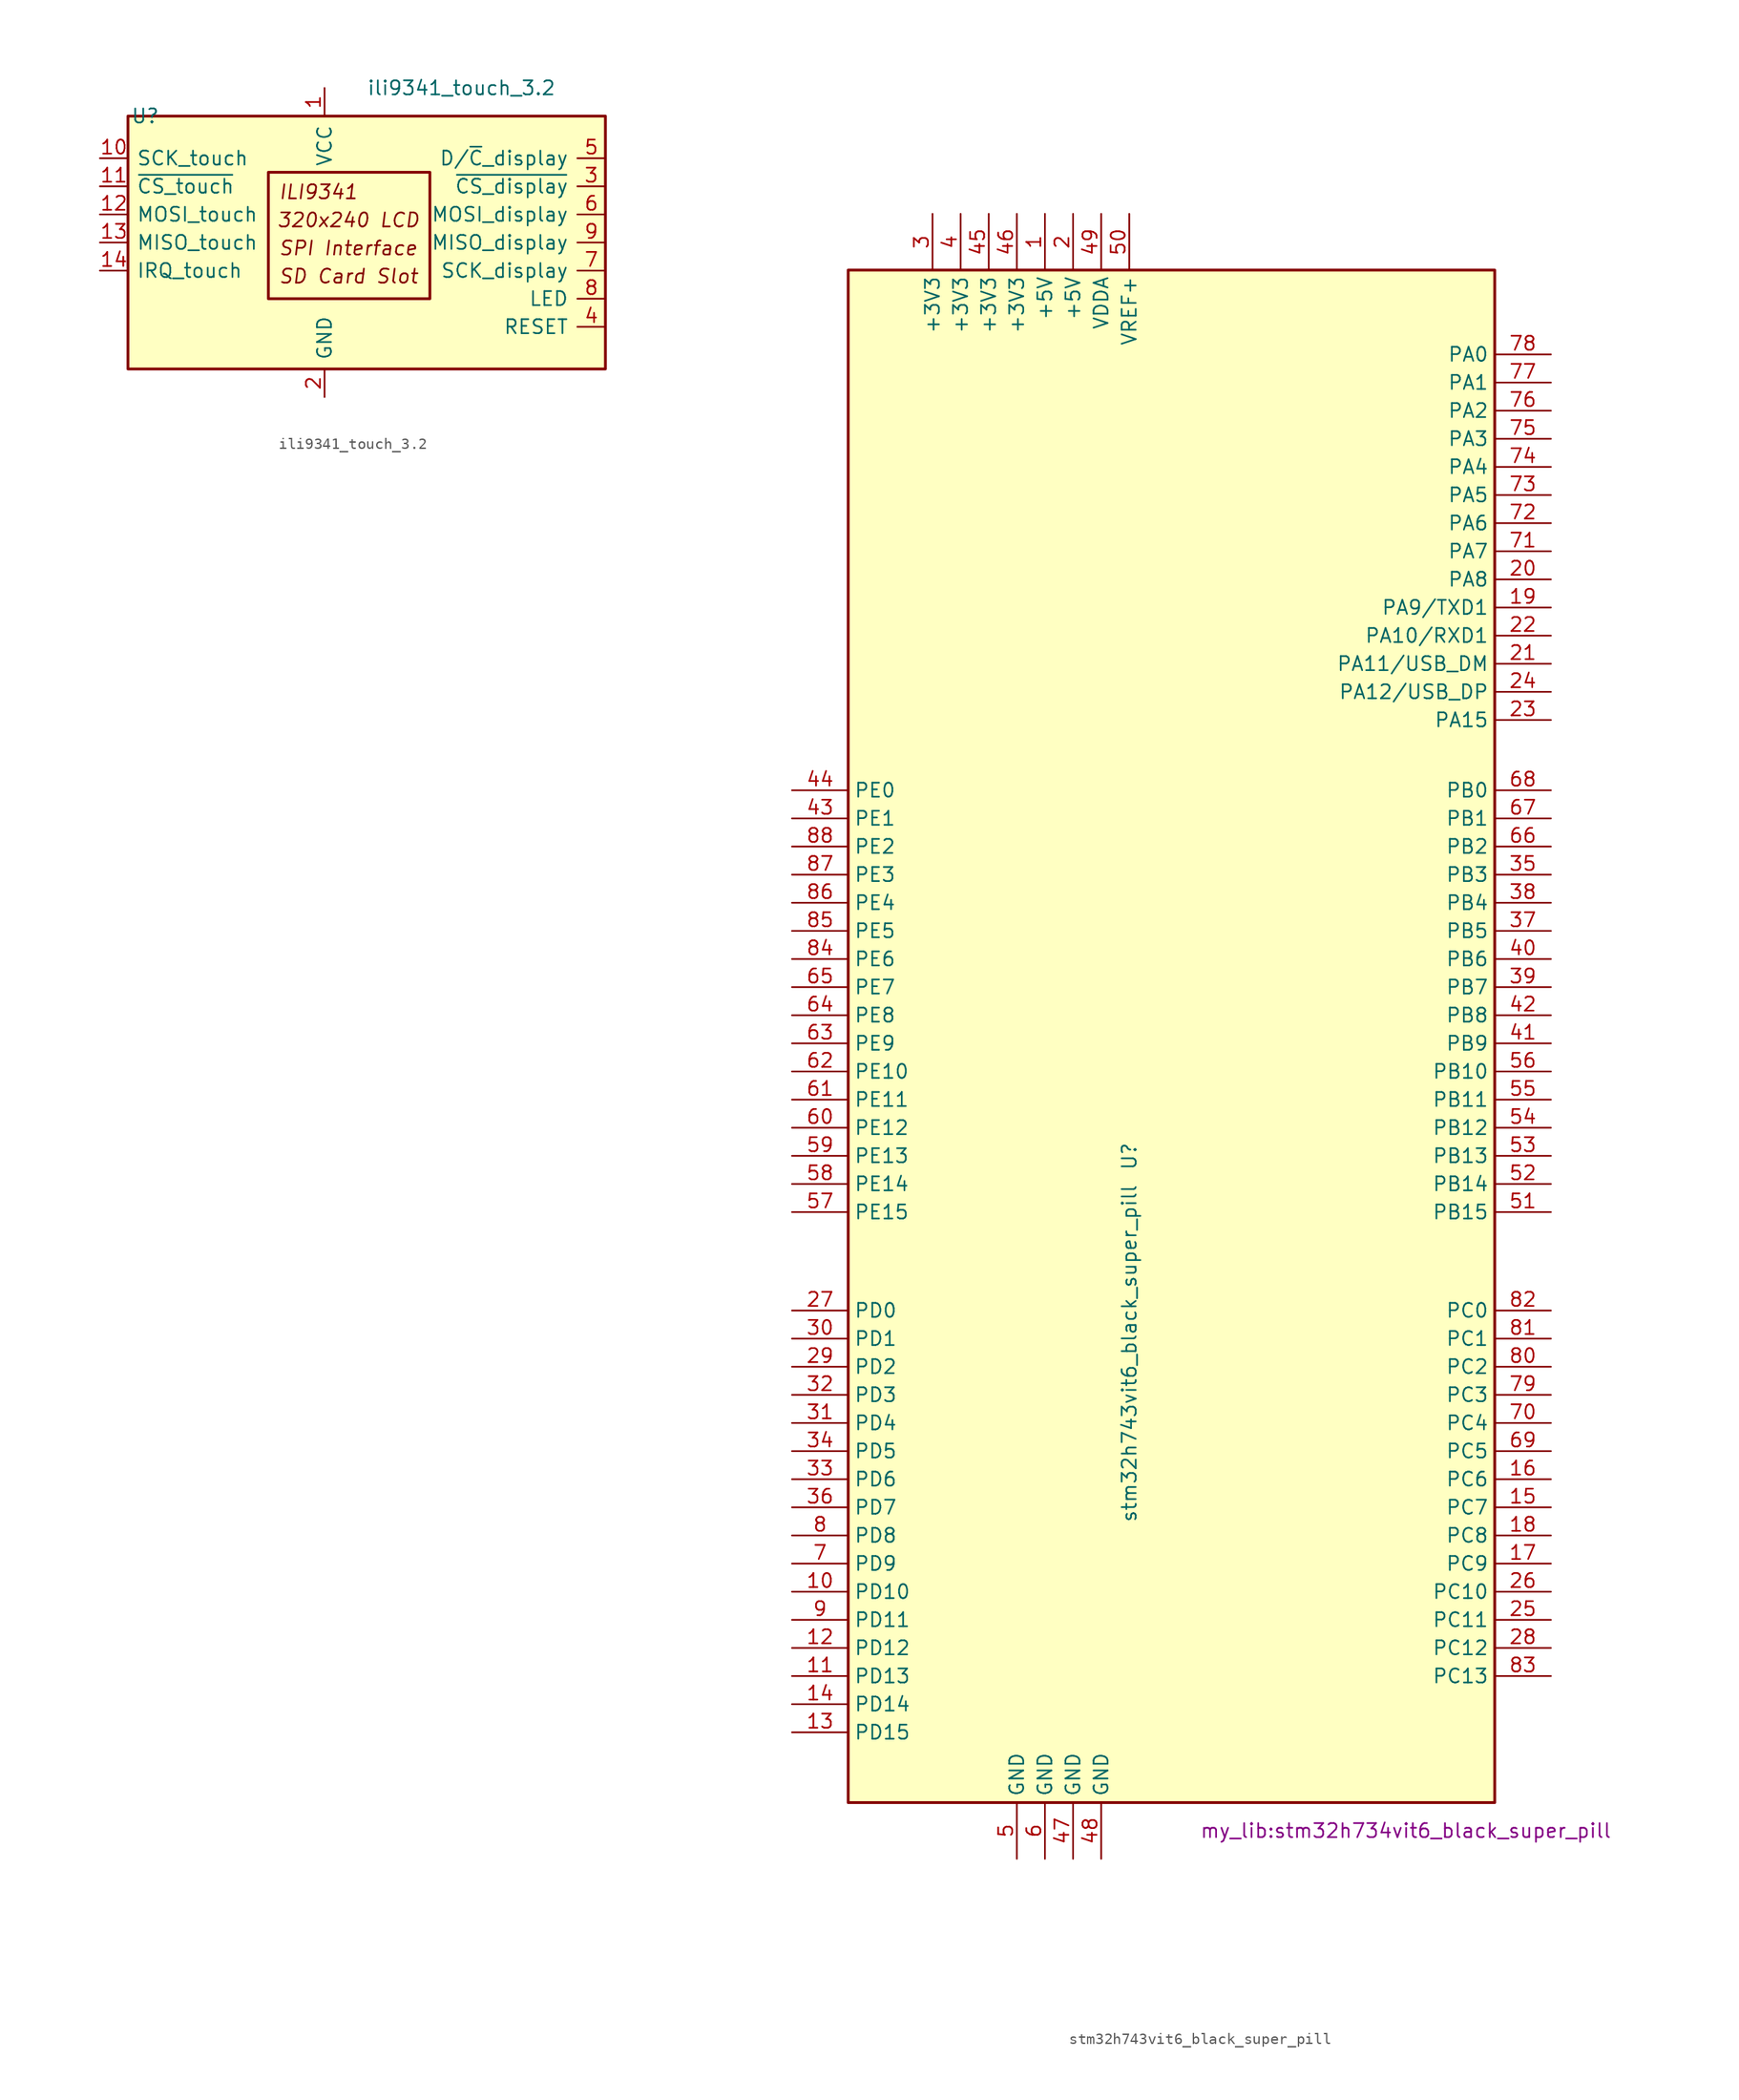
<source format=kicad_sym>
(kicad_symbol_lib
  (version 20211014)
  (generator kicad_symbol_editor)
  (symbol "ili9341_touch_3.2"
    (pin_names
      (offset 0.762))
    (property "Reference" "U"
      (at -17.526 13.97 0)
      (effects (font (size 1.27 1.27)) (justify left)))
    (property "Value" "ili9341_touch_3.2"
      (at 3.81 16.51 0)
      (effects (font (size 1.27 1.27)) (justify left)))
    (symbol "ili9341_touch_3.2_0_0"
      (text "320x240 LCD" (at 2.159 4.572 0) (effects (font (size 1.27 1.27) italic)))
      (text "ILI9341" (at -4.191 7.112 0) (effects (font (size 1.27 1.27) italic) (justify left)))
      (text "SD Card Slot" (at -4.191 -0.508 0) (effects (font (size 1.27 1.27) italic) (justify left)))
      (text "SPI Interface" (at -4.191 2.032 0) (effects (font (size 1.27 1.27) italic) (justify left))))
    (symbol "ili9341_touch_3.2_0_1"
      (rectangle (start -17.78 13.97) (end 25.4 -8.89) (stroke (width 0.254) (type default) (color 0 0 0 0)) (fill (type background)))
      (rectangle (start -5.08 8.89) (end 9.525 -2.54) (stroke (width 0.254) (type default) (color 0 0 0 0)) (fill (type none))))
    (symbol "ili9341_touch_3.2_1_1"
      (pin power_in line (at 0 16.51 270) (length 2.54) (name "VCC" (effects (font (size 1.27 1.27)))) (number "1" (effects (font (size 1.27 1.27)))))
      (pin input line (at -20.32 10.16 0) (length 2.54) (name "SCK_touch" (effects (font (size 1.27 1.27)))) (number "10" (effects (font (size 1.27 1.27)))))
      (pin input line (at -20.32 7.62 0) (length 2.54) (name "~{CS_touch}" (effects (font (size 1.27 1.27)))) (number "11" (effects (font (size 1.27 1.27)))))
      (pin output line (at -20.32 5.08 0) (length 2.54) (name "MOSI_touch" (effects (font (size 1.27 1.27)))) (number "12" (effects (font (size 1.27 1.27)))))
      (pin input line (at -20.32 2.54 0) (length 2.54) (name "MISO_touch" (effects (font (size 1.27 1.27)))) (number "13" (effects (font (size 1.27 1.27)))))
      (pin input line (at -20.32 0 0) (length 2.54) (name "IRQ_touch" (effects (font (size 1.27 1.27)))) (number "14" (effects (font (size 1.27 1.27)))))
      (pin power_in line (at 0 -11.43 90) (length 2.54) (name "GND" (effects (font (size 1.27 1.27)))) (number "2" (effects (font (size 1.27 1.27)))))
      (pin input line (at 25.4 7.62 180) (length 2.54) (name "~{CS_display}" (effects (font (size 1.27 1.27)))) (number "3" (effects (font (size 1.27 1.27)))))
      (pin input line (at 25.4 -5.08 180) (length 2.54) (name "RESET" (effects (font (size 1.27 1.27)))) (number "4" (effects (font (size 1.27 1.27)))))
      (pin input line (at 25.4 10.16 180) (length 2.54) (name "D/~{C}_display" (effects (font (size 1.27 1.27)))) (number "5" (effects (font (size 1.27 1.27)))))
      (pin input line (at 25.4 5.08 180) (length 2.54) (name "MOSI_display" (effects (font (size 1.27 1.27)))) (number "6" (effects (font (size 1.27 1.27)))))
      (pin input line (at 25.4 0 180) (length 2.54) (name "SCK_display" (effects (font (size 1.27 1.27)))) (number "7" (effects (font (size 1.27 1.27)))))
      (pin input line (at 25.4 -2.54 180) (length 2.54) (name "LED" (effects (font (size 1.27 1.27)))) (number "8" (effects (font (size 1.27 1.27)))))
      (pin output line (at 25.4 2.54 180) (length 2.54) (name "MISO_display" (effects (font (size 1.27 1.27)))) (number "9" (effects (font (size 1.27 1.27)))))))
  (symbol "stm32h743vit6_black_super_pill"
    (property "Reference" "U"
      (at -2.54 12.7 90)
      (effects (font (size 1.27 1.27)) (justify right)))
    (property "Value" "stm32h743vit6_black_super_pill"
      (at -2.54 8.89 90)
      (effects (font (size 1.27 1.27)) (justify right)))
    (property "Footprint" "my_lib:stm32h734vit6_black_super_pill"
      (at 3.81 -49.53 0)
      (effects (font (size 1.27 1.27)) (justify left)))
    (symbol "stm32h743vit6_black_super_pill_0_1"
      (rectangle (start -27.94 91.44) (end 30.48 -46.99) (stroke (width 0.254) (type default) (color 0 0 0 0)) (fill (type background))))
    (symbol "stm32h743vit6_black_super_pill_1_1"
      (pin power_in line (at -10.16 96.52 270) (length 5.08) (name "+5V" (effects (font (size 1.27 1.27)))) (number "1" (effects (font (size 1.27 1.27)))))
      (pin bidirectional line (at -33.02 -27.94 0) (length 5.08) (name "PD10" (effects (font (size 1.27 1.27)))) (number "10" (effects (font (size 1.27 1.27)))))
      (pin bidirectional line (at -33.02 -35.56 0) (length 5.08) (name "PD13" (effects (font (size 1.27 1.27)))) (number "11" (effects (font (size 1.27 1.27)))))
      (pin bidirectional line (at -33.02 -33.02 0) (length 5.08) (name "PD12" (effects (font (size 1.27 1.27)))) (number "12" (effects (font (size 1.27 1.27)))))
      (pin bidirectional line (at -33.02 -40.64 0) (length 5.08) (name "PD15" (effects (font (size 1.27 1.27)))) (number "13" (effects (font (size 1.27 1.27)))))
      (pin bidirectional line (at -33.02 -38.1 0) (length 5.08) (name "PD14" (effects (font (size 1.27 1.27)))) (number "14" (effects (font (size 1.27 1.27)))))
      (pin bidirectional line (at 35.56 -20.32 180) (length 5.08) (name "PC7" (effects (font (size 1.27 1.27)))) (number "15" (effects (font (size 1.27 1.27)))))
      (pin bidirectional line (at 35.56 -17.78 180) (length 5.08) (name "PC6" (effects (font (size 1.27 1.27)))) (number "16" (effects (font (size 1.27 1.27)))))
      (pin bidirectional line (at 35.56 -25.4 180) (length 5.08) (name "PC9" (effects (font (size 1.27 1.27)))) (number "17" (effects (font (size 1.27 1.27)))))
      (pin bidirectional line (at 35.56 -22.86 180) (length 5.08) (name "PC8" (effects (font (size 1.27 1.27)))) (number "18" (effects (font (size 1.27 1.27)))))
      (pin bidirectional line (at 35.56 60.96 180) (length 5.08) (name "PA9/TXD1" (effects (font (size 1.27 1.27)))) (number "19" (effects (font (size 1.27 1.27)))))
      (pin power_in line (at -7.62 96.52 270) (length 5.08) (name "+5V" (effects (font (size 1.27 1.27)))) (number "2" (effects (font (size 1.27 1.27)))))
      (pin bidirectional line (at 35.56 63.5 180) (length 5.08) (name "PA8" (effects (font (size 1.27 1.27)))) (number "20" (effects (font (size 1.27 1.27)))))
      (pin bidirectional line (at 35.56 55.88 180) (length 5.08) (name "PA11/USB_DM" (effects (font (size 1.27 1.27)))) (number "21" (effects (font (size 1.27 1.27)))))
      (pin bidirectional line (at 35.56 58.42 180) (length 5.08) (name "PA10/RXD1" (effects (font (size 1.27 1.27)))) (number "22" (effects (font (size 1.27 1.27)))))
      (pin bidirectional line (at 35.56 50.8 180) (length 5.08) (name "PA15" (effects (font (size 1.27 1.27)))) (number "23" (effects (font (size 1.27 1.27)))))
      (pin bidirectional line (at 35.56 53.34 180) (length 5.08) (name "PA12/USB_DP" (effects (font (size 1.27 1.27)))) (number "24" (effects (font (size 1.27 1.27)))))
      (pin bidirectional line (at 35.56 -30.48 180) (length 5.08) (name "PC11" (effects (font (size 1.27 1.27)))) (number "25" (effects (font (size 1.27 1.27)))))
      (pin bidirectional line (at 35.56 -27.94 180) (length 5.08) (name "PC10" (effects (font (size 1.27 1.27)))) (number "26" (effects (font (size 1.27 1.27)))))
      (pin bidirectional line (at -33.02 -2.54 0) (length 5.08) (name "PD0" (effects (font (size 1.27 1.27)))) (number "27" (effects (font (size 1.27 1.27)))))
      (pin bidirectional line (at 35.56 -33.02 180) (length 5.08) (name "PC12" (effects (font (size 1.27 1.27)))) (number "28" (effects (font (size 1.27 1.27)))))
      (pin bidirectional line (at -33.02 -7.62 0) (length 5.08) (name "PD2" (effects (font (size 1.27 1.27)))) (number "29" (effects (font (size 1.27 1.27)))))
      (pin power_in line (at -20.32 96.52 270) (length 5.08) (name "+3V3" (effects (font (size 1.27 1.27)))) (number "3" (effects (font (size 1.27 1.27)))))
      (pin bidirectional line (at -33.02 -5.08 0) (length 5.08) (name "PD1" (effects (font (size 1.27 1.27)))) (number "30" (effects (font (size 1.27 1.27)))))
      (pin bidirectional line (at -33.02 -12.7 0) (length 5.08) (name "PD4" (effects (font (size 1.27 1.27)))) (number "31" (effects (font (size 1.27 1.27)))))
      (pin bidirectional line (at -33.02 -10.16 0) (length 5.08) (name "PD3" (effects (font (size 1.27 1.27)))) (number "32" (effects (font (size 1.27 1.27)))))
      (pin bidirectional line (at -33.02 -17.78 0) (length 5.08) (name "PD6" (effects (font (size 1.27 1.27)))) (number "33" (effects (font (size 1.27 1.27)))))
      (pin bidirectional line (at -33.02 -15.24 0) (length 5.08) (name "PD5" (effects (font (size 1.27 1.27)))) (number "34" (effects (font (size 1.27 1.27)))))
      (pin bidirectional line (at 35.56 36.83 180) (length 5.08) (name "PB3" (effects (font (size 1.27 1.27)))) (number "35" (effects (font (size 1.27 1.27)))))
      (pin bidirectional line (at -33.02 -20.32 0) (length 5.08) (name "PD7" (effects (font (size 1.27 1.27)))) (number "36" (effects (font (size 1.27 1.27)))))
      (pin bidirectional line (at 35.56 31.75 180) (length 5.08) (name "PB5" (effects (font (size 1.27 1.27)))) (number "37" (effects (font (size 1.27 1.27)))))
      (pin bidirectional line (at 35.56 34.29 180) (length 5.08) (name "PB4" (effects (font (size 1.27 1.27)))) (number "38" (effects (font (size 1.27 1.27)))))
      (pin bidirectional line (at 35.56 26.67 180) (length 5.08) (name "PB7" (effects (font (size 1.27 1.27)))) (number "39" (effects (font (size 1.27 1.27)))))
      (pin power_in line (at -17.78 96.52 270) (length 5.08) (name "+3V3" (effects (font (size 1.27 1.27)))) (number "4" (effects (font (size 1.27 1.27)))))
      (pin bidirectional line (at 35.56 29.21 180) (length 5.08) (name "PB6" (effects (font (size 1.27 1.27)))) (number "40" (effects (font (size 1.27 1.27)))))
      (pin bidirectional line (at 35.56 21.59 180) (length 5.08) (name "PB9" (effects (font (size 1.27 1.27)))) (number "41" (effects (font (size 1.27 1.27)))))
      (pin bidirectional line (at 35.56 24.13 180) (length 5.08) (name "PB8" (effects (font (size 1.27 1.27)))) (number "42" (effects (font (size 1.27 1.27)))))
      (pin bidirectional line (at -33.02 41.91 0) (length 5.08) (name "PE1" (effects (font (size 1.27 1.27)))) (number "43" (effects (font (size 1.27 1.27)))))
      (pin bidirectional line (at -33.02 44.45 0) (length 5.08) (name "PE0" (effects (font (size 1.27 1.27)))) (number "44" (effects (font (size 1.27 1.27)))))
      (pin power_in line (at -15.24 96.52 270) (length 5.08) (name "+3V3" (effects (font (size 1.27 1.27)))) (number "45" (effects (font (size 1.27 1.27)))))
      (pin power_in line (at -12.7 96.52 270) (length 5.08) (name "+3V3" (effects (font (size 1.27 1.27)))) (number "46" (effects (font (size 1.27 1.27)))))
      (pin power_in line (at -7.62 -52.07 90) (length 5.08) (name "GND" (effects (font (size 1.27 1.27)))) (number "47" (effects (font (size 1.27 1.27)))))
      (pin power_in line (at -5.08 -52.07 90) (length 5.08) (name "GND" (effects (font (size 1.27 1.27)))) (number "48" (effects (font (size 1.27 1.27)))))
      (pin power_in line (at -5.08 96.52 270) (length 5.08) (name "VDDA" (effects (font (size 1.27 1.27)))) (number "49" (effects (font (size 1.27 1.27)))))
      (pin power_in line (at -12.7 -52.07 90) (length 5.08) (name "GND" (effects (font (size 1.27 1.27)))) (number "5" (effects (font (size 1.27 1.27)))))
      (pin power_in line (at -2.54 96.52 270) (length 5.08) (name "VREF+" (effects (font (size 1.27 1.27)))) (number "50" (effects (font (size 1.27 1.27)))))
      (pin bidirectional line (at 35.56 6.35 180) (length 5.08) (name "PB15" (effects (font (size 1.27 1.27)))) (number "51" (effects (font (size 1.27 1.27)))))
      (pin bidirectional line (at 35.56 8.89 180) (length 5.08) (name "PB14" (effects (font (size 1.27 1.27)))) (number "52" (effects (font (size 1.27 1.27)))))
      (pin bidirectional line (at 35.56 11.43 180) (length 5.08) (name "PB13" (effects (font (size 1.27 1.27)))) (number "53" (effects (font (size 1.27 1.27)))))
      (pin bidirectional line (at 35.56 13.97 180) (length 5.08) (name "PB12" (effects (font (size 1.27 1.27)))) (number "54" (effects (font (size 1.27 1.27)))))
      (pin bidirectional line (at 35.56 16.51 180) (length 5.08) (name "PB11" (effects (font (size 1.27 1.27)))) (number "55" (effects (font (size 1.27 1.27)))))
      (pin bidirectional line (at 35.56 19.05 180) (length 5.08) (name "PB10" (effects (font (size 1.27 1.27)))) (number "56" (effects (font (size 1.27 1.27)))))
      (pin bidirectional line (at -33.02 6.35 0) (length 5.08) (name "PE15" (effects (font (size 1.27 1.27)))) (number "57" (effects (font (size 1.27 1.27)))))
      (pin bidirectional line (at -33.02 8.89 0) (length 5.08) (name "PE14" (effects (font (size 1.27 1.27)))) (number "58" (effects (font (size 1.27 1.27)))))
      (pin bidirectional line (at -33.02 11.43 0) (length 5.08) (name "PE13" (effects (font (size 1.27 1.27)))) (number "59" (effects (font (size 1.27 1.27)))))
      (pin power_in line (at -10.16 -52.07 90) (length 5.08) (name "GND" (effects (font (size 1.27 1.27)))) (number "6" (effects (font (size 1.27 1.27)))))
      (pin bidirectional line (at -33.02 13.97 0) (length 5.08) (name "PE12" (effects (font (size 1.27 1.27)))) (number "60" (effects (font (size 1.27 1.27)))))
      (pin bidirectional line (at -33.02 16.51 0) (length 5.08) (name "PE11" (effects (font (size 1.27 1.27)))) (number "61" (effects (font (size 1.27 1.27)))))
      (pin bidirectional line (at -33.02 19.05 0) (length 5.08) (name "PE10" (effects (font (size 1.27 1.27)))) (number "62" (effects (font (size 1.27 1.27)))))
      (pin bidirectional line (at -33.02 21.59 0) (length 5.08) (name "PE9" (effects (font (size 1.27 1.27)))) (number "63" (effects (font (size 1.27 1.27)))))
      (pin bidirectional line (at -33.02 24.13 0) (length 5.08) (name "PE8" (effects (font (size 1.27 1.27)))) (number "64" (effects (font (size 1.27 1.27)))))
      (pin bidirectional line (at -33.02 26.67 0) (length 5.08) (name "PE7" (effects (font (size 1.27 1.27)))) (number "65" (effects (font (size 1.27 1.27)))))
      (pin bidirectional line (at 35.56 39.37 180) (length 5.08) (name "PB2" (effects (font (size 1.27 1.27)))) (number "66" (effects (font (size 1.27 1.27)))))
      (pin bidirectional line (at 35.56 41.91 180) (length 5.08) (name "PB1" (effects (font (size 1.27 1.27)))) (number "67" (effects (font (size 1.27 1.27)))))
      (pin bidirectional line (at 35.56 44.45 180) (length 5.08) (name "PB0" (effects (font (size 1.27 1.27)))) (number "68" (effects (font (size 1.27 1.27)))))
      (pin bidirectional line (at 35.56 -15.24 180) (length 5.08) (name "PC5" (effects (font (size 1.27 1.27)))) (number "69" (effects (font (size 1.27 1.27)))))
      (pin bidirectional line (at -33.02 -25.4 0) (length 5.08) (name "PD9" (effects (font (size 1.27 1.27)))) (number "7" (effects (font (size 1.27 1.27)))))
      (pin bidirectional line (at 35.56 -12.7 180) (length 5.08) (name "PC4" (effects (font (size 1.27 1.27)))) (number "70" (effects (font (size 1.27 1.27)))))
      (pin bidirectional line (at 35.56 66.04 180) (length 5.08) (name "PA7" (effects (font (size 1.27 1.27)))) (number "71" (effects (font (size 1.27 1.27)))))
      (pin bidirectional line (at 35.56 68.58 180) (length 5.08) (name "PA6" (effects (font (size 1.27 1.27)))) (number "72" (effects (font (size 1.27 1.27)))))
      (pin bidirectional line (at 35.56 71.12 180) (length 5.08) (name "PA5" (effects (font (size 1.27 1.27)))) (number "73" (effects (font (size 1.27 1.27)))))
      (pin bidirectional line (at 35.56 73.66 180) (length 5.08) (name "PA4" (effects (font (size 1.27 1.27)))) (number "74" (effects (font (size 1.27 1.27)))))
      (pin bidirectional line (at 35.56 76.2 180) (length 5.08) (name "PA3" (effects (font (size 1.27 1.27)))) (number "75" (effects (font (size 1.27 1.27)))))
      (pin bidirectional line (at 35.56 78.74 180) (length 5.08) (name "PA2" (effects (font (size 1.27 1.27)))) (number "76" (effects (font (size 1.27 1.27)))))
      (pin bidirectional line (at 35.56 81.28 180) (length 5.08) (name "PA1" (effects (font (size 1.27 1.27)))) (number "77" (effects (font (size 1.27 1.27)))))
      (pin bidirectional line (at 35.56 83.82 180) (length 5.08) (name "PA0" (effects (font (size 1.27 1.27)))) (number "78" (effects (font (size 1.27 1.27)))))
      (pin bidirectional line (at 35.56 -10.16 180) (length 5.08) (name "PC3" (effects (font (size 1.27 1.27)))) (number "79" (effects (font (size 1.27 1.27)))))
      (pin bidirectional line (at -33.02 -22.86 0) (length 5.08) (name "PD8" (effects (font (size 1.27 1.27)))) (number "8" (effects (font (size 1.27 1.27)))))
      (pin bidirectional line (at 35.56 -7.62 180) (length 5.08) (name "PC2" (effects (font (size 1.27 1.27)))) (number "80" (effects (font (size 1.27 1.27)))))
      (pin bidirectional line (at 35.56 -5.08 180) (length 5.08) (name "PC1" (effects (font (size 1.27 1.27)))) (number "81" (effects (font (size 1.27 1.27)))))
      (pin bidirectional line (at 35.56 -2.54 180) (length 5.08) (name "PC0" (effects (font (size 1.27 1.27)))) (number "82" (effects (font (size 1.27 1.27)))))
      (pin bidirectional line (at 35.56 -35.56 180) (length 5.08) (name "PC13" (effects (font (size 1.27 1.27)))) (number "83" (effects (font (size 1.27 1.27)))))
      (pin bidirectional line (at -33.02 29.21 0) (length 5.08) (name "PE6" (effects (font (size 1.27 1.27)))) (number "84" (effects (font (size 1.27 1.27)))))
      (pin bidirectional line (at -33.02 31.75 0) (length 5.08) (name "PE5" (effects (font (size 1.27 1.27)))) (number "85" (effects (font (size 1.27 1.27)))))
      (pin bidirectional line (at -33.02 34.29 0) (length 5.08) (name "PE4" (effects (font (size 1.27 1.27)))) (number "86" (effects (font (size 1.27 1.27)))))
      (pin bidirectional line (at -33.02 36.83 0) (length 5.08) (name "PE3" (effects (font (size 1.27 1.27)))) (number "87" (effects (font (size 1.27 1.27)))))
      (pin bidirectional line (at -33.02 39.37 0) (length 5.08) (name "PE2" (effects (font (size 1.27 1.27)))) (number "88" (effects (font (size 1.27 1.27)))))
      (pin bidirectional line (at -33.02 -30.48 0) (length 5.08) (name "PD11" (effects (font (size 1.27 1.27)))) (number "9" (effects (font (size 1.27 1.27))))))))
</source>
